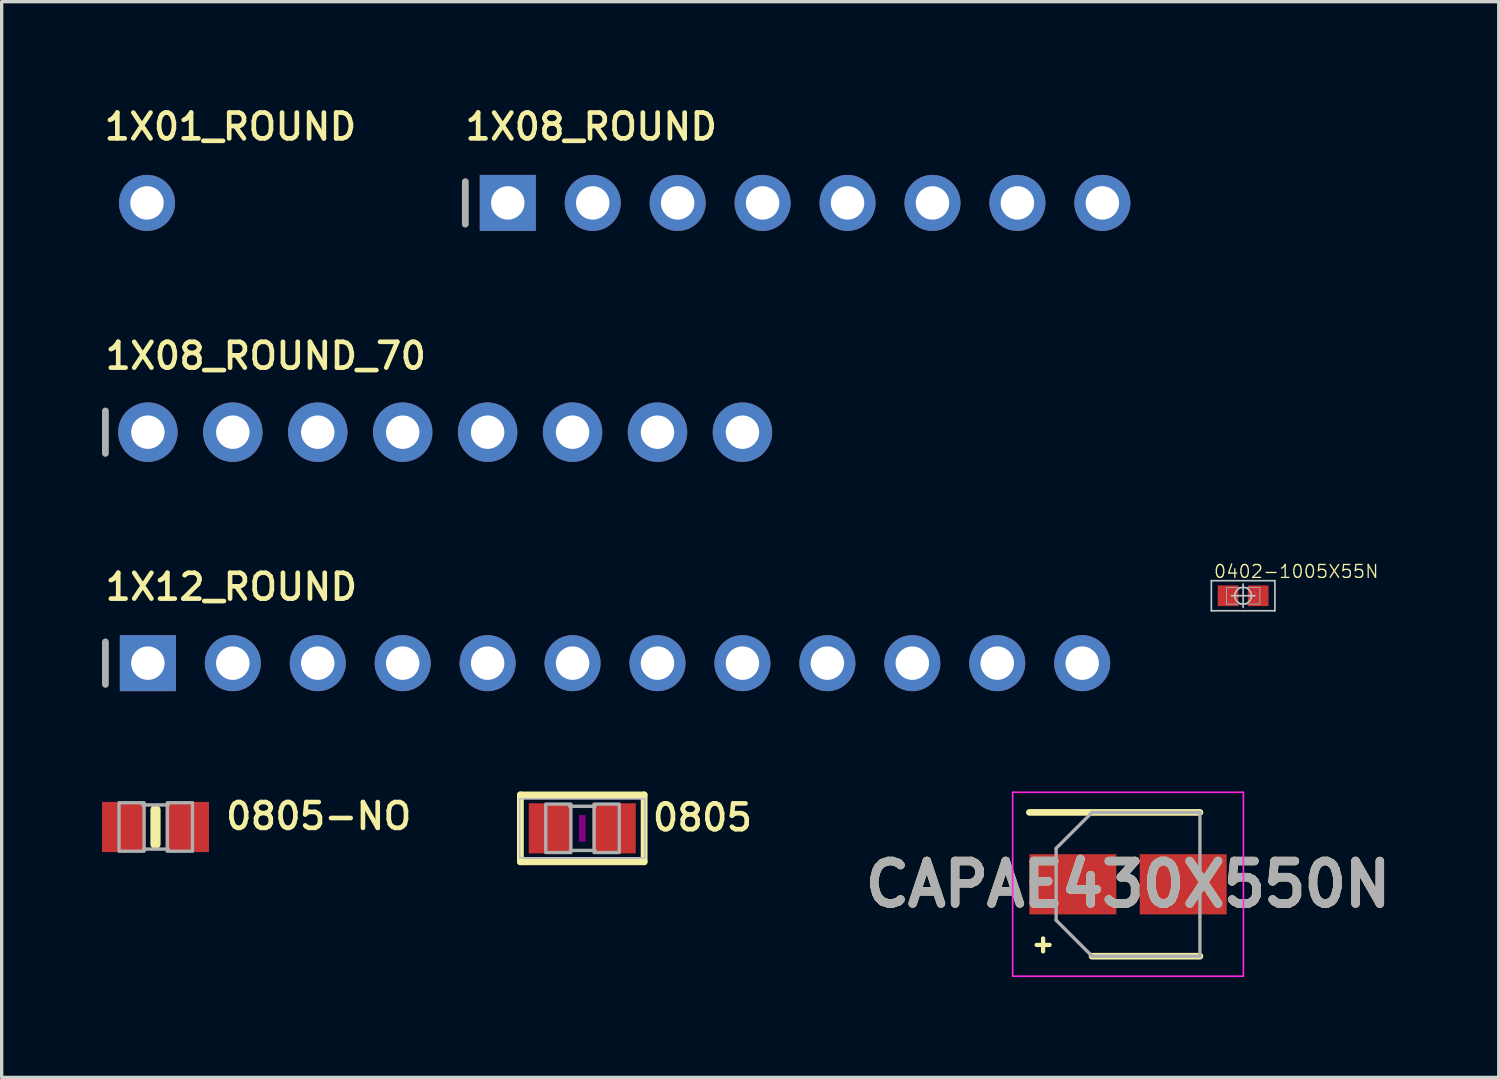
<source format=kicad_pcb>
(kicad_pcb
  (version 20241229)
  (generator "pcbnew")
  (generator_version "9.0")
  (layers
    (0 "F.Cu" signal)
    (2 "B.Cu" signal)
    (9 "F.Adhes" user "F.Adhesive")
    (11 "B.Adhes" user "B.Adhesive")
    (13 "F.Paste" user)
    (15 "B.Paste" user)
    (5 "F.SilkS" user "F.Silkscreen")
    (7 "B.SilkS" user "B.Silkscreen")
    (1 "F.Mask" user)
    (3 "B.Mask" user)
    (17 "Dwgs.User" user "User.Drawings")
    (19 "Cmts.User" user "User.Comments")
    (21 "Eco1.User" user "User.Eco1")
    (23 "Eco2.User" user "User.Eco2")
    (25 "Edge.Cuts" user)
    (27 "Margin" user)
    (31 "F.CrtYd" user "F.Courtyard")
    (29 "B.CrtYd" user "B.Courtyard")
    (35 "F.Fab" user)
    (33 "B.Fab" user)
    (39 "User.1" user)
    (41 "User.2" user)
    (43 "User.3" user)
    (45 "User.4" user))
  (footprint "1X08_ROUND_70"
    (layer "F.Cu")
    (at 10.262 9.874)
    (property "Reference" "1X08_ROUND_70" (at -10.236 -1.829 0) (layer "F.SilkS") (effects (font (size 0.772 0.772) (thickness 0.139)) (justify left bottom)))
    (attr through_hole)
    (fp_line (start -10.16 -0.635) (end -10.16 0.635) (stroke (width 0.203) (type solid)) (layer "F.Fab"))
    (fp_poly (pts (xy -9.144 0.254) (xy -8.636 0.254) (xy -8.636 -0.254) (xy -9.144 -0.254)) (stroke (width 0.1) (type solid)) (fill no) (layer "F.Fab"))
    (fp_poly (pts (xy -6.604 0.254) (xy -6.096 0.254) (xy -6.096 -0.254) (xy -6.604 -0.254)) (stroke (width 0.1) (type solid)) (fill no) (layer "F.Fab"))
    (fp_poly (pts (xy -4.064 0.254) (xy -3.556 0.254) (xy -3.556 -0.254) (xy -4.064 -0.254)) (stroke (width 0.1) (type solid)) (fill no) (layer "F.Fab"))
    (fp_poly (pts (xy -1.524 0.254) (xy -1.016 0.254) (xy -1.016 -0.254) (xy -1.524 -0.254)) (stroke (width 0.1) (type solid)) (fill no) (layer "F.Fab"))
    (fp_poly (pts (xy 1.016 0.254) (xy 1.524 0.254) (xy 1.524 -0.254) (xy 1.016 -0.254)) (stroke (width 0.1) (type solid)) (fill no) (layer "F.Fab"))
    (fp_poly (pts (xy 3.556 0.254) (xy 4.064 0.254) (xy 4.064 -0.254) (xy 3.556 -0.254)) (stroke (width 0.1) (type solid)) (fill no) (layer "F.Fab"))
    (fp_poly (pts (xy 6.096 0.254) (xy 6.604 0.254) (xy 6.604 -0.254) (xy 6.096 -0.254)) (stroke (width 0.1) (type solid)) (fill no) (layer "F.Fab"))
    (fp_poly (pts (xy 8.636 0.254) (xy 9.144 0.254) (xy 9.144 -0.254) (xy 8.636 -0.254)) (stroke (width 0.1) (type solid)) (fill no) (layer "F.Fab"))
    (pad "1" thru_hole circle (at -8.89 0 90) (size 1.778 1.778) (drill 1) (layers "*.Cu" "*.Mask"))
    (pad "2" thru_hole circle (at -6.35 0 90) (size 1.778 1.778) (drill 1) (layers "*.Cu" "*.Mask"))
    (pad "3" thru_hole circle (at -3.81 0 90) (size 1.778 1.778) (drill 1) (layers "*.Cu" "*.Mask"))
    (pad "4" thru_hole circle (at -1.27 0 90) (size 1.778 1.778) (drill 1) (layers "*.Cu" "*.Mask"))
    (pad "5" thru_hole circle (at 1.27 0 90) (size 1.778 1.778) (drill 1) (layers "*.Cu" "*.Mask"))
    (pad "6" thru_hole circle (at 3.81 0 90) (size 1.778 1.778) (drill 1) (layers "*.Cu" "*.Mask"))
    (pad "7" thru_hole circle (at 6.35 0 90) (size 1.778 1.778) (drill 1) (layers "*.Cu" "*.Mask"))
    (pad "8" thru_hole circle (at 8.89 0 90) (size 1.778 1.778) (drill 1) (layers "*.Cu" "*.Mask")))
  (footprint "0402-1005X55N"
    (layer "F.Cu")
    (at 34.125 14.765)
    (property "Reference" "0402-1005X55N" (at -0.9 -0.5 0) (layer "F.SilkS") (effects (font (size 0.386 0.386) (thickness 0.039)) (justify left bottom)))
    (attr through_hole)
    (fp_line (start -0.95 -0.45) (end 0.95 -0.45) (stroke (width 0.05) (type solid)) (layer "Dwgs.User"))
    (fp_line (start -0.95 0.45) (end -0.95 -0.45) (stroke (width 0.05) (type solid)) (layer "Dwgs.User"))
    (fp_line (start -0.35 0) (end 0.35 0) (stroke (width 0.05) (type solid)) (layer "Dwgs.User"))
    (fp_line (start 0 0.35) (end 0 -0.35) (stroke (width 0.05) (type solid)) (layer "Dwgs.User"))
    (fp_line (start 0.95 -0.45) (end 0.95 0.45) (stroke (width 0.05) (type solid)) (layer "Dwgs.User"))
    (fp_line (start 0.95 0.45) (end -0.95 0.45) (stroke (width 0.05) (type solid)) (layer "Dwgs.User"))
    (fp_circle (center 0 0) (end 0.25 0) (stroke (width 0.05) (type solid)) (fill no) (layer "Dwgs.User"))
    (fp_line (start -0.5 -0.25) (end -0.5 0.25) (stroke (width 0.025) (type solid)) (layer "F.Fab"))
    (fp_line (start -0.5 0.25) (end 0.5 0.25) (stroke (width 0.025) (type solid)) (layer "F.Fab"))
    (fp_line (start 0.5 -0.25) (end -0.5 -0.25) (stroke (width 0.025) (type solid)) (layer "F.Fab"))
    (fp_line (start 0.5 0.25) (end 0.5 -0.25) (stroke (width 0.025) (type solid)) (layer "F.Fab"))
    (pad "1" smd roundrect (at -0.45 0) (size 0.62 0.62) (layers "F.Cu" "F.Mask" "F.Paste") (roundrect_rratio 0.015))
    (pad "2" smd roundrect (at 0.45 0) (size 0.62 0.62) (layers "F.Cu" "F.Mask" "F.Paste") (roundrect_rratio 0.015)))
  (footprint "0805"
    (layer "F.Cu")
    (at 14.362 21.721)
    (property "Reference" "0805" (at 2.032 0.127 0) (layer "F.SilkS") (effects (font (size 0.772 0.772) (thickness 0.139)) (justify left bottom)))
    (attr through_hole)
    (fp_line (start -1.85 -1) (end 1.85 -1) (stroke (width 0.203) (type solid)) (layer "F.SilkS"))
    (fp_line (start -1.85 1) (end -1.85 -1) (stroke (width 0.203) (type solid)) (layer "F.SilkS"))
    (fp_line (start 1.85 -1) (end 1.85 1) (stroke (width 0.203) (type solid)) (layer "F.SilkS"))
    (fp_line (start 1.85 1) (end -1.85 1) (stroke (width 0.203) (type solid)) (layer "F.SilkS"))
    (fp_poly (pts (xy -0.1 0.4) (xy 0.1 0.4) (xy 0.1 -0.4) (xy -0.1 -0.4)) (stroke (width 0) (type solid)) (fill yes) (layer "F.Adhes"))
    (fp_line (start -1.873 -0.883) (end 1.873 -0.883) (stroke (width 0.051) (type solid)) (layer "Dwgs.User"))
    (fp_line (start -1.873 0.883) (end -1.873 -0.883) (stroke (width 0.051) (type solid)) (layer "Dwgs.User"))
    (fp_line (start 1.873 -0.883) (end 1.873 0.883) (stroke (width 0.051) (type solid)) (layer "Dwgs.User"))
    (fp_line (start 1.873 0.883) (end -1.873 0.883) (stroke (width 0.051) (type solid)) (layer "Dwgs.User"))
    (fp_line (start -0.381 -0.66) (end 0.381 -0.66) (stroke (width 0.102) (type solid)) (layer "F.Fab"))
    (fp_line (start -0.356 0.66) (end 0.381 0.66) (stroke (width 0.102) (type solid)) (layer "F.Fab"))
    (fp_poly (pts (xy -1.092 0.724) (xy -0.342 0.724) (xy -0.342 -0.726) (xy -1.092 -0.726)) (stroke (width 0.1) (type solid)) (fill no) (layer "F.Fab"))
    (fp_poly (pts (xy 0.356 0.724) (xy 1.106 0.724) (xy 1.106 -0.726) (xy 0.356 -0.726)) (stroke (width 0.1) (type solid)) (fill no) (layer "F.Fab"))
    (pad "1" smd rect (at -0.95 0) (size 1.3 1.5) (layers "F.Cu" "F.Mask" "F.Paste"))
    (pad "2" smd rect (at 0.95 0) (size 1.3 1.5) (layers "F.Cu" "F.Mask" "F.Paste")))
  (footprint "1X01_ROUND"
    (layer "F.Cu")
    (at 1.346 3.018)
    (property "Reference" "1X01_ROUND" (at -1.346 -1.829 0) (layer "F.SilkS") (effects (font (size 0.772 0.772) (thickness 0.139)) (justify left bottom)))
    (attr through_hole)
    (fp_poly (pts (xy -0.254 0.254) (xy 0.254 0.254) (xy 0.254 -0.254) (xy -0.254 -0.254)) (stroke (width 0.1) (type solid)) (fill no) (layer "F.Fab"))
    (pad "1" thru_hole circle (at 0 0 90) (size 1.676 1.676) (drill 1) (layers "*.Cu" "*.Mask")))
  (footprint "1X08_ROUND"
    (layer "F.Cu")
    (at 21.025 3.018)
    (property "Reference" "1X08_ROUND" (at -10.236 -1.829 180) (layer "F.SilkS") (effects (font (size 0.772 0.772) (thickness 0.139)) (justify left bottom)))
    (attr through_hole)
    (fp_line (start -10.16 -0.635) (end -10.16 0.635) (stroke (width 0.203) (type solid)) (layer "F.Fab"))
    (fp_poly (pts (xy -9.144 0.254) (xy -8.636 0.254) (xy -8.636 -0.254) (xy -9.144 -0.254)) (stroke (width 0.1) (type solid)) (fill no) (layer "F.Fab"))
    (fp_poly (pts (xy -6.604 0.254) (xy -6.096 0.254) (xy -6.096 -0.254) (xy -6.604 -0.254)) (stroke (width 0.1) (type solid)) (fill no) (layer "F.Fab"))
    (fp_poly (pts (xy -4.064 0.254) (xy -3.556 0.254) (xy -3.556 -0.254) (xy -4.064 -0.254)) (stroke (width 0.1) (type solid)) (fill no) (layer "F.Fab"))
    (fp_poly (pts (xy -1.524 0.254) (xy -1.016 0.254) (xy -1.016 -0.254) (xy -1.524 -0.254)) (stroke (width 0.1) (type solid)) (fill no) (layer "F.Fab"))
    (fp_poly (pts (xy 1.016 0.254) (xy 1.524 0.254) (xy 1.524 -0.254) (xy 1.016 -0.254)) (stroke (width 0.1) (type solid)) (fill no) (layer "F.Fab"))
    (fp_poly (pts (xy 3.556 0.254) (xy 4.064 0.254) (xy 4.064 -0.254) (xy 3.556 -0.254)) (stroke (width 0.1) (type solid)) (fill no) (layer "F.Fab"))
    (fp_poly (pts (xy 6.096 0.254) (xy 6.604 0.254) (xy 6.604 -0.254) (xy 6.096 -0.254)) (stroke (width 0.1) (type solid)) (fill no) (layer "F.Fab"))
    (fp_poly (pts (xy 8.636 0.254) (xy 9.144 0.254) (xy 9.144 -0.254) (xy 8.636 -0.254)) (stroke (width 0.1) (type solid)) (fill no) (layer "F.Fab"))
    (pad "1" thru_hole rect (at -8.89 0 90) (size 1.676 1.676) (drill 1) (layers "*.Cu" "*.Mask"))
    (pad "2" thru_hole circle (at -6.35 0 90) (size 1.676 1.676) (drill 1) (layers "*.Cu" "*.Mask"))
    (pad "3" thru_hole circle (at -3.81 0 90) (size 1.676 1.676) (drill 1) (layers "*.Cu" "*.Mask"))
    (pad "4" thru_hole circle (at -1.27 0 90) (size 1.676 1.676) (drill 1) (layers "*.Cu" "*.Mask"))
    (pad "5" thru_hole circle (at 1.27 0 90) (size 1.676 1.676) (drill 1) (layers "*.Cu" "*.Mask"))
    (pad "6" thru_hole circle (at 3.81 0 90) (size 1.676 1.676) (drill 1) (layers "*.Cu" "*.Mask"))
    (pad "7" thru_hole circle (at 6.35 0 90) (size 1.676 1.676) (drill 1) (layers "*.Cu" "*.Mask"))
    (pad "8" thru_hole circle (at 8.89 0 90) (size 1.676 1.676) (drill 1) (layers "*.Cu" "*.Mask")))
  (footprint "CAPAE430X550N"
    (layer "F.Cu")
    (at 30.683 23.394)
    (property "Reference" "CAPAE430X550N" (at 0 0 0) (layer "F.SilkS") (effects (font (size 1.27 1.27) (thickness 0.254))))
    (attr smd)
    (fp_line (start -2.95 -2.15) (end 2.15 -2.15) (stroke (width 0.2) (type solid)) (layer "F.SilkS"))
    (fp_line (start -1.075 2.15) (end 2.15 2.15) (stroke (width 0.2) (type solid)) (layer "F.SilkS"))
    (fp_line (start -3.45 -2.75) (end 3.45 -2.75) (stroke (width 0.05) (type solid)) (layer "F.CrtYd"))
    (fp_line (start -3.45 2.75) (end -3.45 -2.75) (stroke (width 0.05) (type solid)) (layer "F.CrtYd"))
    (fp_line (start 3.45 -2.75) (end 3.45 2.75) (stroke (width 0.05) (type solid)) (layer "F.CrtYd"))
    (fp_line (start 3.45 2.75) (end -3.45 2.75) (stroke (width 0.05) (type solid)) (layer "F.CrtYd"))
    (fp_line (start -2.15 -1.075) (end -2.15 1.075) (stroke (width 0.1) (type solid)) (layer "F.Fab"))
    (fp_line (start -2.15 1.075) (end -1.075 2.15) (stroke (width 0.1) (type solid)) (layer "F.Fab"))
    (fp_line (start -1.075 -2.15) (end -2.15 -1.075) (stroke (width 0.1) (type solid)) (layer "F.Fab"))
    (fp_line (start -1.075 2.15) (end 2.15 2.15) (stroke (width 0.1) (type solid)) (layer "F.Fab"))
    (fp_line (start 2.15 -2.15) (end -1.075 -2.15) (stroke (width 0.1) (type solid)) (layer "F.Fab"))
    (fp_line (start 2.15 2.15) (end 2.15 -2.15) (stroke (width 0.1) (type solid)) (layer "F.Fab"))
    (fp_text user "+" (at -2.54 1.778 0) (layer "F.SilkS") (effects (font (size 0.508 0.508) (thickness 0.127))))
    (fp_text user "${REFERENCE}" (at 0 0 0) (layer "F.Fab") (effects (font (size 1.27 1.27) (thickness 0.254))))
    (pad "1" smd rect (at -1.65 0 90) (size 1.8 2.6) (layers "F.Cu" "F.Mask" "F.Paste"))
    (pad "2" smd rect (at 1.65 0 90) (size 1.8 2.6) (layers "F.Cu" "F.Mask" "F.Paste")))
  (footprint "1X12_ROUND"
    (layer "F.Cu")
    (at 15.342 16.781)
    (property "Reference" "1X12_ROUND" (at -15.316 -1.829 180) (layer "F.SilkS") (effects (font (size 0.772 0.772) (thickness 0.139)) (justify left bottom)))
    (attr through_hole)
    (fp_line (start -15.24 -0.635) (end -15.24 0.635) (stroke (width 0.203) (type solid)) (layer "F.Fab"))
    (fp_poly (pts (xy -14.224 0.254) (xy -13.716 0.254) (xy -13.716 -0.254) (xy -14.224 -0.254)) (stroke (width 0.1) (type solid)) (fill no) (layer "F.Fab"))
    (fp_poly (pts (xy -11.684 0.254) (xy -11.176 0.254) (xy -11.176 -0.254) (xy -11.684 -0.254)) (stroke (width 0.1) (type solid)) (fill no) (layer "F.Fab"))
    (fp_poly (pts (xy -9.144 0.254) (xy -8.636 0.254) (xy -8.636 -0.254) (xy -9.144 -0.254)) (stroke (width 0.1) (type solid)) (fill no) (layer "F.Fab"))
    (fp_poly (pts (xy -6.604 0.254) (xy -6.096 0.254) (xy -6.096 -0.254) (xy -6.604 -0.254)) (stroke (width 0.1) (type solid)) (fill no) (layer "F.Fab"))
    (fp_poly (pts (xy -4.064 0.254) (xy -3.556 0.254) (xy -3.556 -0.254) (xy -4.064 -0.254)) (stroke (width 0.1) (type solid)) (fill no) (layer "F.Fab"))
    (fp_poly (pts (xy -1.524 0.254) (xy -1.016 0.254) (xy -1.016 -0.254) (xy -1.524 -0.254)) (stroke (width 0.1) (type solid)) (fill no) (layer "F.Fab"))
    (fp_poly (pts (xy 1.016 0.254) (xy 1.524 0.254) (xy 1.524 -0.254) (xy 1.016 -0.254)) (stroke (width 0.1) (type solid)) (fill no) (layer "F.Fab"))
    (fp_poly (pts (xy 3.556 0.254) (xy 4.064 0.254) (xy 4.064 -0.254) (xy 3.556 -0.254)) (stroke (width 0.1) (type solid)) (fill no) (layer "F.Fab"))
    (fp_poly (pts (xy 6.096 0.254) (xy 6.604 0.254) (xy 6.604 -0.254) (xy 6.096 -0.254)) (stroke (width 0.1) (type solid)) (fill no) (layer "F.Fab"))
    (fp_poly (pts (xy 8.636 0.254) (xy 9.144 0.254) (xy 9.144 -0.254) (xy 8.636 -0.254)) (stroke (width 0.1) (type solid)) (fill no) (layer "F.Fab"))
    (fp_poly (pts (xy 11.176 0.254) (xy 11.684 0.254) (xy 11.684 -0.254) (xy 11.176 -0.254)) (stroke (width 0.1) (type solid)) (fill no) (layer "F.Fab"))
    (fp_poly (pts (xy 13.716 0.254) (xy 14.224 0.254) (xy 14.224 -0.254) (xy 13.716 -0.254)) (stroke (width 0.1) (type solid)) (fill no) (layer "F.Fab"))
    (pad "1" thru_hole rect (at -13.97 0 90) (size 1.676 1.676) (drill 1) (layers "*.Cu" "*.Mask"))
    (pad "2" thru_hole circle (at -11.43 0 90) (size 1.676 1.676) (drill 1) (layers "*.Cu" "*.Mask"))
    (pad "3" thru_hole circle (at -8.89 0 90) (size 1.676 1.676) (drill 1) (layers "*.Cu" "*.Mask"))
    (pad "4" thru_hole circle (at -6.35 0 90) (size 1.676 1.676) (drill 1) (layers "*.Cu" "*.Mask"))
    (pad "5" thru_hole circle (at -3.81 0 90) (size 1.676 1.676) (drill 1) (layers "*.Cu" "*.Mask"))
    (pad "6" thru_hole circle (at -1.27 0 90) (size 1.676 1.676) (drill 1) (layers "*.Cu" "*.Mask"))
    (pad "7" thru_hole circle (at 1.27 0 90) (size 1.676 1.676) (drill 1) (layers "*.Cu" "*.Mask"))
    (pad "8" thru_hole circle (at 3.81 0 90) (size 1.676 1.676) (drill 1) (layers "*.Cu" "*.Mask"))
    (pad "9" thru_hole circle (at 6.35 0 90) (size 1.676 1.676) (drill 1) (layers "*.Cu" "*.Mask"))
    (pad "10" thru_hole circle (at 8.89 0 90) (size 1.676 1.676) (drill 1) (layers "*.Cu" "*.Mask"))
    (pad "11" thru_hole circle (at 11.43 0 90) (size 1.676 1.676) (drill 1) (layers "*.Cu" "*.Mask"))
    (pad "12" thru_hole circle (at 13.97 0 90) (size 1.676 1.676) (drill 1) (layers "*.Cu" "*.Mask")))
  (footprint "0805-NO"
    (layer "F.Cu")
    (at 1.6 21.681)
    (property "Reference" "0805-NO" (at 2.032 0.127 0) (layer "F.SilkS") (effects (font (size 0.772 0.772) (thickness 0.139)) (justify left bottom)))
    (attr through_hole)
    (fp_line (start 0 -0.508) (end 0 0.508) (stroke (width 0.305) (type solid)) (layer "F.SilkS"))
    (fp_line (start -0.381 -0.66) (end 0.381 -0.66) (stroke (width 0.102) (type solid)) (layer "F.Fab"))
    (fp_line (start -0.356 0.66) (end 0.381 0.66) (stroke (width 0.102) (type solid)) (layer "F.Fab"))
    (fp_poly (pts (xy -1.092 0.724) (xy -0.342 0.724) (xy -0.342 -0.726) (xy -1.092 -0.726)) (stroke (width 0.1) (type solid)) (fill no) (layer "F.Fab"))
    (fp_poly (pts (xy 0.356 0.724) (xy 1.106 0.724) (xy 1.106 -0.726) (xy 0.356 -0.726)) (stroke (width 0.1) (type solid)) (fill no) (layer "F.Fab"))
    (pad "1" smd rect (at -0.95 0) (size 1.3 1.5) (layers "F.Cu" "F.Mask" "F.Paste"))
    (pad "2" smd rect (at 0.95 0) (size 1.3 1.5) (layers "F.Cu" "F.Mask" "F.Paste")))
  (gr_rect
    (start -3 -3)
    (end 41.769 29.169)
    (stroke (width 0.1) (type default))
    (fill no)
    (layer "Edge.Cuts")))
</source>
